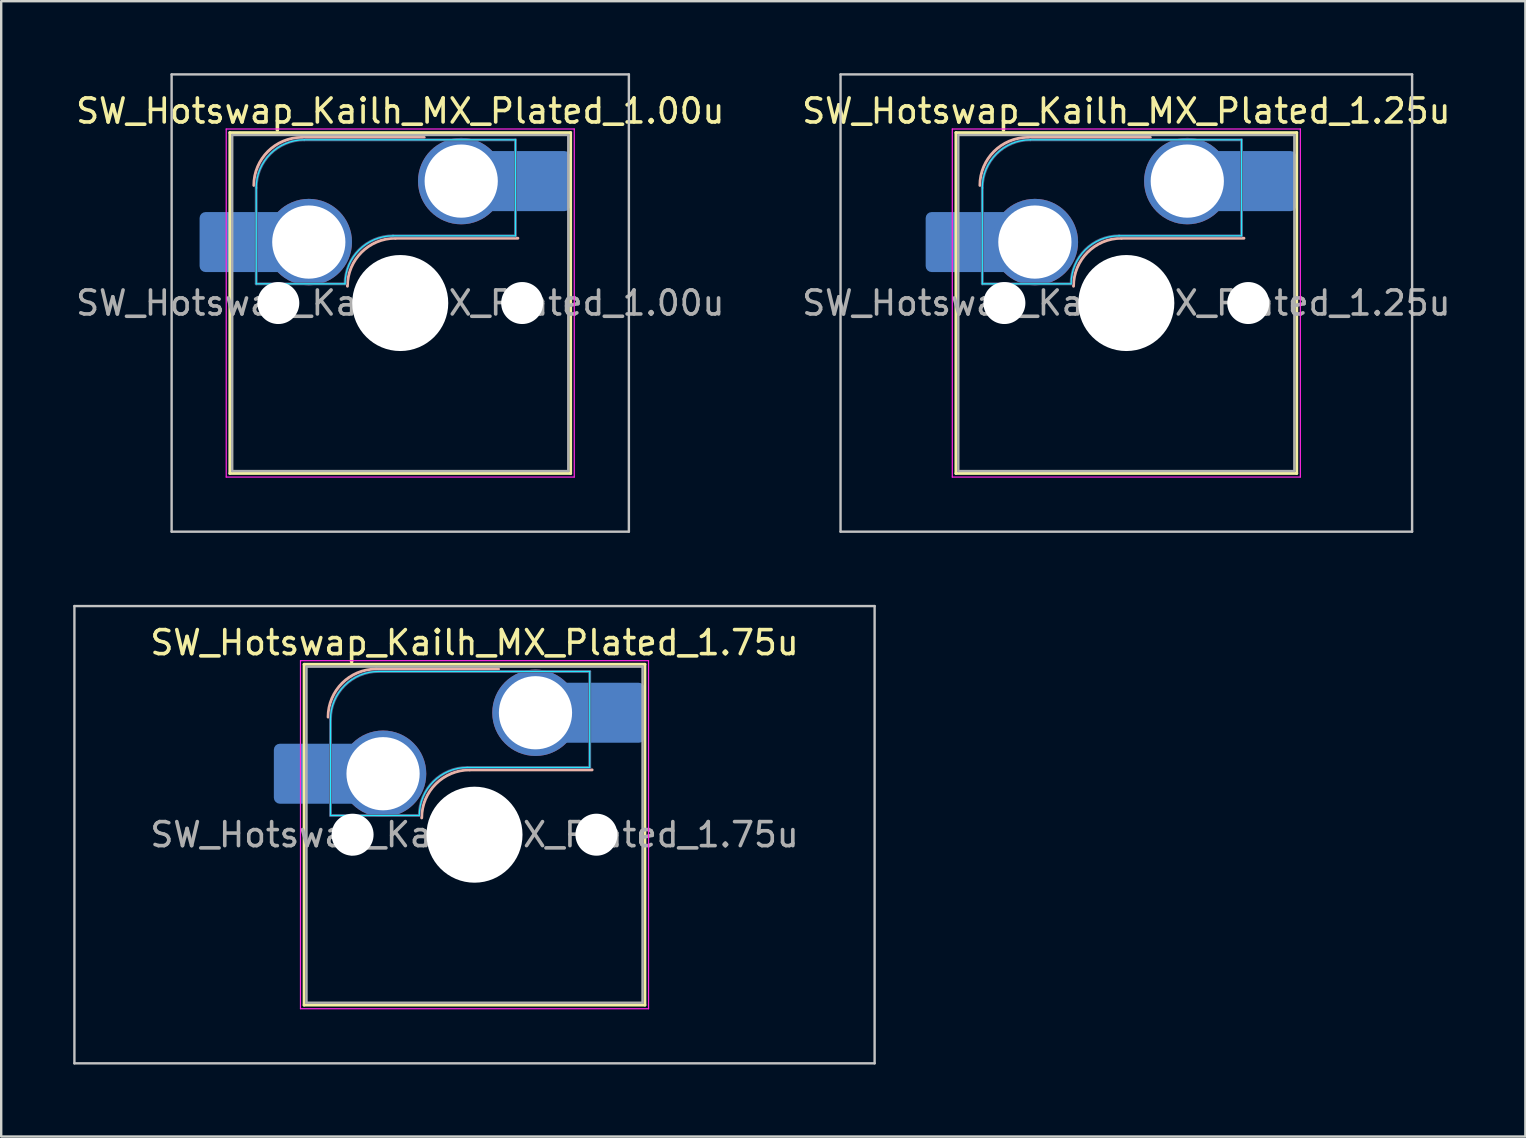
<source format=kicad_pcb>
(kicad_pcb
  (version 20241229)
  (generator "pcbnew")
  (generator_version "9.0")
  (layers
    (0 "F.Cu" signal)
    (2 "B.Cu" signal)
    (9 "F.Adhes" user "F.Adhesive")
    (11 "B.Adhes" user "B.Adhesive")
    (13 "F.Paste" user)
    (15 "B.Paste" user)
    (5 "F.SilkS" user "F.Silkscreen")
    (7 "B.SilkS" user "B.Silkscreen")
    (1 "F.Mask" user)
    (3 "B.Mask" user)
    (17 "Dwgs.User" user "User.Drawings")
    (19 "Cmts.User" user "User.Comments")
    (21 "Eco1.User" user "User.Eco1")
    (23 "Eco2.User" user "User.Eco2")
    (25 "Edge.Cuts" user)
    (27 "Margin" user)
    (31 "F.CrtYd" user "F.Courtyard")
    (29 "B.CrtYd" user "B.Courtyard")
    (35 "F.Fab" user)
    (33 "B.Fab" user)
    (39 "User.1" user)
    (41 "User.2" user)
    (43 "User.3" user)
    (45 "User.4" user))
  (footprint "SW_Hotswap_Kailh_MX_Plated_1.25u"
    (layer "F.Cu")
    (at 46.415 4.495)
    (property "Reference" "SW_Hotswap_Kailh_MX_Plated_1.25u" (at -2.54 -2.92 0) (layer "F.SilkS") (effects (font (size 1 1) (thickness 0.15))))
    (attr smd)
    (fp_line (start -9.64 -2.02) (end -9.64 12.18) (stroke (width 0.12) (type solid)) (layer "F.SilkS"))
    (fp_line (start -9.64 12.18) (end 4.56 12.18) (stroke (width 0.12) (type solid)) (layer "F.SilkS"))
    (fp_line (start 4.56 -2.02) (end -9.64 -2.02) (stroke (width 0.12) (type solid)) (layer "F.SilkS"))
    (fp_line (start 4.56 12.18) (end 4.56 -2.02) (stroke (width 0.12) (type solid)) (layer "F.SilkS"))
    (fp_line (start -6.64 -1.82) (end -1.54 -1.82) (stroke (width 0.12) (type solid)) (layer "B.SilkS"))
    (fp_line (start -2.74 2.38) (end 2.36 2.38) (stroke (width 0.12) (type solid)) (layer "B.SilkS"))
    (fp_arc (start -8.64 0.18) (mid -8.054214 -1.234214) (end -6.64 -1.82) (stroke (width 0.12) (type solid)) (layer "B.SilkS"))
    (fp_arc (start -4.74 4.38) (mid -4.154214 2.965786) (end -2.74 2.38) (stroke (width 0.12) (type solid)) (layer "B.SilkS"))
    (fp_line (start -14.446 -4.445) (end -14.446 14.605) (stroke (width 0.1) (type solid)) (layer "Dwgs.User"))
    (fp_line (start -14.446 14.605) (end 9.366 14.605) (stroke (width 0.1) (type solid)) (layer "Dwgs.User"))
    (fp_line (start 9.366 -4.445) (end -14.446 -4.445) (stroke (width 0.1) (type solid)) (layer "Dwgs.User"))
    (fp_line (start 9.366 14.605) (end 9.366 -4.445) (stroke (width 0.1) (type solid)) (layer "Dwgs.User"))
    (fp_line (start -10.34 -0.92) (end -9.54 -0.92) (stroke (width 0.1) (type solid)) (layer "Eco1.User"))
    (fp_line (start -10.34 2.18) (end -10.34 -0.92) (stroke (width 0.1) (type solid)) (layer "Eco1.User"))
    (fp_line (start -10.34 7.98) (end -9.54 7.98) (stroke (width 0.1) (type solid)) (layer "Eco1.User"))
    (fp_line (start -10.34 11.08) (end -10.34 7.98) (stroke (width 0.1) (type solid)) (layer "Eco1.User"))
    (fp_line (start -9.54 -1.92) (end 4.46 -1.92) (stroke (width 0.1) (type solid)) (layer "Eco1.User"))
    (fp_line (start -9.54 -0.92) (end -9.54 -1.92) (stroke (width 0.1) (type solid)) (layer "Eco1.User"))
    (fp_line (start -9.54 2.18) (end -10.34 2.18) (stroke (width 0.1) (type solid)) (layer "Eco1.User"))
    (fp_line (start -9.54 7.98) (end -9.54 2.18) (stroke (width 0.1) (type solid)) (layer "Eco1.User"))
    (fp_line (start -9.54 11.08) (end -10.34 11.08) (stroke (width 0.1) (type solid)) (layer "Eco1.User"))
    (fp_line (start -9.54 12.08) (end -9.54 11.08) (stroke (width 0.1) (type solid)) (layer "Eco1.User"))
    (fp_line (start 4.46 -1.92) (end 4.46 -0.92) (stroke (width 0.1) (type solid)) (layer "Eco1.User"))
    (fp_line (start 4.46 -0.92) (end 5.26 -0.92) (stroke (width 0.1) (type solid)) (layer "Eco1.User"))
    (fp_line (start 4.46 2.18) (end 4.46 7.98) (stroke (width 0.1) (type solid)) (layer "Eco1.User"))
    (fp_line (start 4.46 7.98) (end 5.26 7.98) (stroke (width 0.1) (type solid)) (layer "Eco1.User"))
    (fp_line (start 4.46 11.08) (end 4.46 12.08) (stroke (width 0.1) (type solid)) (layer "Eco1.User"))
    (fp_line (start 4.46 12.08) (end -9.54 12.08) (stroke (width 0.1) (type solid)) (layer "Eco1.User"))
    (fp_line (start 5.26 -0.92) (end 5.26 2.18) (stroke (width 0.1) (type solid)) (layer "Eco1.User"))
    (fp_line (start 5.26 2.18) (end 4.46 2.18) (stroke (width 0.1) (type solid)) (layer "Eco1.User"))
    (fp_line (start 5.26 7.98) (end 5.26 11.08) (stroke (width 0.1) (type solid)) (layer "Eco1.User"))
    (fp_line (start 5.26 11.08) (end 4.46 11.08) (stroke (width 0.1) (type solid)) (layer "Eco1.User"))
    (fp_line (start -8.54 4.28) (end -8.54 0.28) (stroke (width 0.05) (type solid)) (layer "B.CrtYd"))
    (fp_line (start -8.54 4.28) (end -4.84 4.28) (stroke (width 0.05) (type solid)) (layer "B.CrtYd"))
    (fp_line (start -6.54 -1.72) (end 2.26 -1.72) (stroke (width 0.05) (type solid)) (layer "B.CrtYd"))
    (fp_line (start -2.84 2.28) (end 2.26 2.28) (stroke (width 0.05) (type solid)) (layer "B.CrtYd"))
    (fp_line (start 2.26 -1.72) (end 2.26 2.28) (stroke (width 0.05) (type solid)) (layer "B.CrtYd"))
    (fp_arc (start -8.54 0.28) (mid -7.954214 -1.134214) (end -6.54 -1.72) (stroke (width 0.05) (type solid)) (layer "B.CrtYd"))
    (fp_arc (start -4.84 4.28) (mid -4.254214 2.865786) (end -2.84 2.28) (stroke (width 0.05) (type solid)) (layer "B.CrtYd"))
    (fp_line (start -9.79 -2.17) (end -9.79 12.33) (stroke (width 0.05) (type solid)) (layer "F.CrtYd"))
    (fp_line (start -9.79 12.33) (end 4.71 12.33) (stroke (width 0.05) (type solid)) (layer "F.CrtYd"))
    (fp_line (start 4.71 -2.17) (end -9.79 -2.17) (stroke (width 0.05) (type solid)) (layer "F.CrtYd"))
    (fp_line (start 4.71 12.33) (end 4.71 -2.17) (stroke (width 0.05) (type solid)) (layer "F.CrtYd"))
    (fp_line (start -8.54 4.28) (end -8.54 0.28) (stroke (width 0.12) (type solid)) (layer "B.Fab"))
    (fp_line (start -8.54 4.28) (end -4.84 4.28) (stroke (width 0.12) (type solid)) (layer "B.Fab"))
    (fp_line (start -6.54 -1.72) (end 2.26 -1.72) (stroke (width 0.12) (type solid)) (layer "B.Fab"))
    (fp_line (start -2.84 2.28) (end 2.26 2.28) (stroke (width 0.12) (type solid)) (layer "B.Fab"))
    (fp_line (start 2.26 -1.72) (end 2.26 2.28) (stroke (width 0.12) (type solid)) (layer "B.Fab"))
    (fp_arc (start -8.54 0.28) (mid -7.954214 -1.134214) (end -6.54 -1.72) (stroke (width 0.12) (type solid)) (layer "B.Fab"))
    (fp_arc (start -4.84 4.28) (mid -4.254214 2.865786) (end -2.84 2.28) (stroke (width 0.12) (type solid)) (layer "B.Fab"))
    (fp_line (start -9.54 -1.92) (end -9.54 12.08) (stroke (width 0.1) (type solid)) (layer "F.Fab"))
    (fp_line (start -9.54 12.08) (end 4.46 12.08) (stroke (width 0.1) (type solid)) (layer "F.Fab"))
    (fp_line (start 4.46 -1.92) (end -9.54 -1.92) (stroke (width 0.1) (type solid)) (layer "F.Fab"))
    (fp_line (start 4.46 12.08) (end 4.46 -1.92) (stroke (width 0.1) (type solid)) (layer "F.Fab"))
    (fp_text user "${REFERENCE}" (at -2.54 5.08 0) (layer "F.Fab") (effects (font (size 1 1) (thickness 0.15))))
    (pad "" smd roundrect (at -9.625 2.54) (size 2.55 2.5) (layers "B.Mask" "B.Paste") (roundrect_rratio 0.1))
    (pad "" np_thru_hole circle (at -7.62 5.08) (size 1.75 1.75) (drill 1.75) (layers "*.Cu" "*.Mask"))
    (pad "" np_thru_hole circle (at -2.54 5.08) (size 4 4) (drill 4) (layers "*.Cu" "*.Mask"))
    (pad "" np_thru_hole circle (at 2.54 5.08) (size 1.75 1.75) (drill 1.75) (layers "*.Cu" "*.Mask"))
    (pad "" smd roundrect (at 3.302 0) (size 2.55 2.5) (layers "B.Mask" "B.Paste") (roundrect_rratio 0.1))
    (pad "1" thru_hole circle (at 0 0) (size 3.6 3.6) (drill 3.05) (layers "*.Cu" "*.Mask"))
    (pad "1" smd roundrect (at 2.78 0) (size 3.55 2.5) (layers "B.Cu") (roundrect_rratio 0.1))
    (pad "2" smd roundrect (at -9.125 2.54) (size 3.55 2.5) (layers "B.Cu") (roundrect_rratio 0.1))
    (pad "2" thru_hole circle (at -6.35 2.54) (size 3.6 3.6) (drill 3.05) (layers "*.Cu" "*.Mask")))
  (footprint "SW_Hotswap_Kailh_MX_Plated_1.75u"
    (layer "F.Cu")
    (at 19.259 26.645)
    (property "Reference" "SW_Hotswap_Kailh_MX_Plated_1.75u" (at -2.54 -2.92 0) (layer "F.SilkS") (effects (font (size 1 1) (thickness 0.15))))
    (attr smd)
    (fp_line (start -9.64 -2.02) (end -9.64 12.18) (stroke (width 0.12) (type solid)) (layer "F.SilkS"))
    (fp_line (start -9.64 12.18) (end 4.56 12.18) (stroke (width 0.12) (type solid)) (layer "F.SilkS"))
    (fp_line (start 4.56 -2.02) (end -9.64 -2.02) (stroke (width 0.12) (type solid)) (layer "F.SilkS"))
    (fp_line (start 4.56 12.18) (end 4.56 -2.02) (stroke (width 0.12) (type solid)) (layer "F.SilkS"))
    (fp_line (start -6.64 -1.82) (end -1.54 -1.82) (stroke (width 0.12) (type solid)) (layer "B.SilkS"))
    (fp_line (start -2.74 2.38) (end 2.36 2.38) (stroke (width 0.12) (type solid)) (layer "B.SilkS"))
    (fp_arc (start -8.64 0.18) (mid -8.054214 -1.234214) (end -6.64 -1.82) (stroke (width 0.12) (type solid)) (layer "B.SilkS"))
    (fp_arc (start -4.74 4.38) (mid -4.154214 2.965786) (end -2.74 2.38) (stroke (width 0.12) (type solid)) (layer "B.SilkS"))
    (fp_line (start -19.209 -4.445) (end -19.209 14.605) (stroke (width 0.1) (type solid)) (layer "Dwgs.User"))
    (fp_line (start -19.209 14.605) (end 14.129 14.605) (stroke (width 0.1) (type solid)) (layer "Dwgs.User"))
    (fp_line (start 14.129 -4.445) (end -19.209 -4.445) (stroke (width 0.1) (type solid)) (layer "Dwgs.User"))
    (fp_line (start 14.129 14.605) (end 14.129 -4.445) (stroke (width 0.1) (type solid)) (layer "Dwgs.User"))
    (fp_line (start -10.34 -0.92) (end -9.54 -0.92) (stroke (width 0.1) (type solid)) (layer "Eco1.User"))
    (fp_line (start -10.34 2.18) (end -10.34 -0.92) (stroke (width 0.1) (type solid)) (layer "Eco1.User"))
    (fp_line (start -10.34 7.98) (end -9.54 7.98) (stroke (width 0.1) (type solid)) (layer "Eco1.User"))
    (fp_line (start -10.34 11.08) (end -10.34 7.98) (stroke (width 0.1) (type solid)) (layer "Eco1.User"))
    (fp_line (start -9.54 -1.92) (end 4.46 -1.92) (stroke (width 0.1) (type solid)) (layer "Eco1.User"))
    (fp_line (start -9.54 -0.92) (end -9.54 -1.92) (stroke (width 0.1) (type solid)) (layer "Eco1.User"))
    (fp_line (start -9.54 2.18) (end -10.34 2.18) (stroke (width 0.1) (type solid)) (layer "Eco1.User"))
    (fp_line (start -9.54 7.98) (end -9.54 2.18) (stroke (width 0.1) (type solid)) (layer "Eco1.User"))
    (fp_line (start -9.54 11.08) (end -10.34 11.08) (stroke (width 0.1) (type solid)) (layer "Eco1.User"))
    (fp_line (start -9.54 12.08) (end -9.54 11.08) (stroke (width 0.1) (type solid)) (layer "Eco1.User"))
    (fp_line (start 4.46 -1.92) (end 4.46 -0.92) (stroke (width 0.1) (type solid)) (layer "Eco1.User"))
    (fp_line (start 4.46 -0.92) (end 5.26 -0.92) (stroke (width 0.1) (type solid)) (layer "Eco1.User"))
    (fp_line (start 4.46 2.18) (end 4.46 7.98) (stroke (width 0.1) (type solid)) (layer "Eco1.User"))
    (fp_line (start 4.46 7.98) (end 5.26 7.98) (stroke (width 0.1) (type solid)) (layer "Eco1.User"))
    (fp_line (start 4.46 11.08) (end 4.46 12.08) (stroke (width 0.1) (type solid)) (layer "Eco1.User"))
    (fp_line (start 4.46 12.08) (end -9.54 12.08) (stroke (width 0.1) (type solid)) (layer "Eco1.User"))
    (fp_line (start 5.26 -0.92) (end 5.26 2.18) (stroke (width 0.1) (type solid)) (layer "Eco1.User"))
    (fp_line (start 5.26 2.18) (end 4.46 2.18) (stroke (width 0.1) (type solid)) (layer "Eco1.User"))
    (fp_line (start 5.26 7.98) (end 5.26 11.08) (stroke (width 0.1) (type solid)) (layer "Eco1.User"))
    (fp_line (start 5.26 11.08) (end 4.46 11.08) (stroke (width 0.1) (type solid)) (layer "Eco1.User"))
    (fp_line (start -8.54 4.28) (end -8.54 0.28) (stroke (width 0.05) (type solid)) (layer "B.CrtYd"))
    (fp_line (start -8.54 4.28) (end -4.84 4.28) (stroke (width 0.05) (type solid)) (layer "B.CrtYd"))
    (fp_line (start -6.54 -1.72) (end 2.26 -1.72) (stroke (width 0.05) (type solid)) (layer "B.CrtYd"))
    (fp_line (start -2.84 2.28) (end 2.26 2.28) (stroke (width 0.05) (type solid)) (layer "B.CrtYd"))
    (fp_line (start 2.26 -1.72) (end 2.26 2.28) (stroke (width 0.05) (type solid)) (layer "B.CrtYd"))
    (fp_arc (start -8.54 0.28) (mid -7.954214 -1.134214) (end -6.54 -1.72) (stroke (width 0.05) (type solid)) (layer "B.CrtYd"))
    (fp_arc (start -4.84 4.28) (mid -4.254214 2.865786) (end -2.84 2.28) (stroke (width 0.05) (type solid)) (layer "B.CrtYd"))
    (fp_line (start -9.79 -2.17) (end -9.79 12.33) (stroke (width 0.05) (type solid)) (layer "F.CrtYd"))
    (fp_line (start -9.79 12.33) (end 4.71 12.33) (stroke (width 0.05) (type solid)) (layer "F.CrtYd"))
    (fp_line (start 4.71 -2.17) (end -9.79 -2.17) (stroke (width 0.05) (type solid)) (layer "F.CrtYd"))
    (fp_line (start 4.71 12.33) (end 4.71 -2.17) (stroke (width 0.05) (type solid)) (layer "F.CrtYd"))
    (fp_line (start -8.54 4.28) (end -8.54 0.28) (stroke (width 0.12) (type solid)) (layer "B.Fab"))
    (fp_line (start -8.54 4.28) (end -4.84 4.28) (stroke (width 0.12) (type solid)) (layer "B.Fab"))
    (fp_line (start -6.54 -1.72) (end 2.26 -1.72) (stroke (width 0.12) (type solid)) (layer "B.Fab"))
    (fp_line (start -2.84 2.28) (end 2.26 2.28) (stroke (width 0.12) (type solid)) (layer "B.Fab"))
    (fp_line (start 2.26 -1.72) (end 2.26 2.28) (stroke (width 0.12) (type solid)) (layer "B.Fab"))
    (fp_arc (start -8.54 0.28) (mid -7.954214 -1.134214) (end -6.54 -1.72) (stroke (width 0.12) (type solid)) (layer "B.Fab"))
    (fp_arc (start -4.84 4.28) (mid -4.254214 2.865786) (end -2.84 2.28) (stroke (width 0.12) (type solid)) (layer "B.Fab"))
    (fp_line (start -9.54 -1.92) (end -9.54 12.08) (stroke (width 0.1) (type solid)) (layer "F.Fab"))
    (fp_line (start -9.54 12.08) (end 4.46 12.08) (stroke (width 0.1) (type solid)) (layer "F.Fab"))
    (fp_line (start 4.46 -1.92) (end -9.54 -1.92) (stroke (width 0.1) (type solid)) (layer "F.Fab"))
    (fp_line (start 4.46 12.08) (end 4.46 -1.92) (stroke (width 0.1) (type solid)) (layer "F.Fab"))
    (fp_text user "${REFERENCE}" (at -2.54 5.08 0) (layer "F.Fab") (effects (font (size 1 1) (thickness 0.15))))
    (pad "" smd roundrect (at -9.625 2.54) (size 2.55 2.5) (layers "B.Mask" "B.Paste") (roundrect_rratio 0.1))
    (pad "" np_thru_hole circle (at -7.62 5.08) (size 1.75 1.75) (drill 1.75) (layers "*.Cu" "*.Mask"))
    (pad "" np_thru_hole circle (at -2.54 5.08) (size 4 4) (drill 4) (layers "*.Cu" "*.Mask"))
    (pad "" np_thru_hole circle (at 2.54 5.08) (size 1.75 1.75) (drill 1.75) (layers "*.Cu" "*.Mask"))
    (pad "" smd roundrect (at 3.302 0) (size 2.55 2.5) (layers "B.Mask" "B.Paste") (roundrect_rratio 0.1))
    (pad "1" thru_hole circle (at 0 0) (size 3.6 3.6) (drill 3.05) (layers "*.Cu" "*.Mask"))
    (pad "1" smd roundrect (at 2.78 0) (size 3.55 2.5) (layers "B.Cu") (roundrect_rratio 0.1))
    (pad "2" smd roundrect (at -9.125 2.54) (size 3.55 2.5) (layers "B.Cu") (roundrect_rratio 0.1))
    (pad "2" thru_hole circle (at -6.35 2.54) (size 3.6 3.6) (drill 3.05) (layers "*.Cu" "*.Mask")))
  (footprint "SW_Hotswap_Kailh_MX_Plated_1.00u"
    (layer "F.Cu")
    (at 16.165 4.495)
    (property "Reference" "SW_Hotswap_Kailh_MX_Plated_1.00u" (at -2.54 -2.92 0) (layer "F.SilkS") (effects (font (size 1 1) (thickness 0.15))))
    (attr smd)
    (fp_line (start -9.64 -2.02) (end -9.64 12.18) (stroke (width 0.12) (type solid)) (layer "F.SilkS"))
    (fp_line (start -9.64 12.18) (end 4.56 12.18) (stroke (width 0.12) (type solid)) (layer "F.SilkS"))
    (fp_line (start 4.56 -2.02) (end -9.64 -2.02) (stroke (width 0.12) (type solid)) (layer "F.SilkS"))
    (fp_line (start 4.56 12.18) (end 4.56 -2.02) (stroke (width 0.12) (type solid)) (layer "F.SilkS"))
    (fp_line (start -6.64 -1.82) (end -1.54 -1.82) (stroke (width 0.12) (type solid)) (layer "B.SilkS"))
    (fp_line (start -2.74 2.38) (end 2.36 2.38) (stroke (width 0.12) (type solid)) (layer "B.SilkS"))
    (fp_arc (start -8.64 0.18) (mid -8.054214 -1.234214) (end -6.64 -1.82) (stroke (width 0.12) (type solid)) (layer "B.SilkS"))
    (fp_arc (start -4.74 4.38) (mid -4.154214 2.965786) (end -2.74 2.38) (stroke (width 0.12) (type solid)) (layer "B.SilkS"))
    (fp_line (start -12.065 -4.445) (end -12.065 14.605) (stroke (width 0.1) (type solid)) (layer "Dwgs.User"))
    (fp_line (start -12.065 14.605) (end 6.985 14.605) (stroke (width 0.1) (type solid)) (layer "Dwgs.User"))
    (fp_line (start 6.985 -4.445) (end -12.065 -4.445) (stroke (width 0.1) (type solid)) (layer "Dwgs.User"))
    (fp_line (start 6.985 14.605) (end 6.985 -4.445) (stroke (width 0.1) (type solid)) (layer "Dwgs.User"))
    (fp_line (start -10.34 -0.92) (end -9.54 -0.92) (stroke (width 0.1) (type solid)) (layer "Eco1.User"))
    (fp_line (start -10.34 2.18) (end -10.34 -0.92) (stroke (width 0.1) (type solid)) (layer "Eco1.User"))
    (fp_line (start -10.34 7.98) (end -9.54 7.98) (stroke (width 0.1) (type solid)) (layer "Eco1.User"))
    (fp_line (start -10.34 11.08) (end -10.34 7.98) (stroke (width 0.1) (type solid)) (layer "Eco1.User"))
    (fp_line (start -9.54 -1.92) (end 4.46 -1.92) (stroke (width 0.1) (type solid)) (layer "Eco1.User"))
    (fp_line (start -9.54 -0.92) (end -9.54 -1.92) (stroke (width 0.1) (type solid)) (layer "Eco1.User"))
    (fp_line (start -9.54 2.18) (end -10.34 2.18) (stroke (width 0.1) (type solid)) (layer "Eco1.User"))
    (fp_line (start -9.54 7.98) (end -9.54 2.18) (stroke (width 0.1) (type solid)) (layer "Eco1.User"))
    (fp_line (start -9.54 11.08) (end -10.34 11.08) (stroke (width 0.1) (type solid)) (layer "Eco1.User"))
    (fp_line (start -9.54 12.08) (end -9.54 11.08) (stroke (width 0.1) (type solid)) (layer "Eco1.User"))
    (fp_line (start 4.46 -1.92) (end 4.46 -0.92) (stroke (width 0.1) (type solid)) (layer "Eco1.User"))
    (fp_line (start 4.46 -0.92) (end 5.26 -0.92) (stroke (width 0.1) (type solid)) (layer "Eco1.User"))
    (fp_line (start 4.46 2.18) (end 4.46 7.98) (stroke (width 0.1) (type solid)) (layer "Eco1.User"))
    (fp_line (start 4.46 7.98) (end 5.26 7.98) (stroke (width 0.1) (type solid)) (layer "Eco1.User"))
    (fp_line (start 4.46 11.08) (end 4.46 12.08) (stroke (width 0.1) (type solid)) (layer "Eco1.User"))
    (fp_line (start 4.46 12.08) (end -9.54 12.08) (stroke (width 0.1) (type solid)) (layer "Eco1.User"))
    (fp_line (start 5.26 -0.92) (end 5.26 2.18) (stroke (width 0.1) (type solid)) (layer "Eco1.User"))
    (fp_line (start 5.26 2.18) (end 4.46 2.18) (stroke (width 0.1) (type solid)) (layer "Eco1.User"))
    (fp_line (start 5.26 7.98) (end 5.26 11.08) (stroke (width 0.1) (type solid)) (layer "Eco1.User"))
    (fp_line (start 5.26 11.08) (end 4.46 11.08) (stroke (width 0.1) (type solid)) (layer "Eco1.User"))
    (fp_line (start -8.54 4.28) (end -8.54 0.28) (stroke (width 0.05) (type solid)) (layer "B.CrtYd"))
    (fp_line (start -8.54 4.28) (end -4.84 4.28) (stroke (width 0.05) (type solid)) (layer "B.CrtYd"))
    (fp_line (start -6.54 -1.72) (end 2.26 -1.72) (stroke (width 0.05) (type solid)) (layer "B.CrtYd"))
    (fp_line (start -2.84 2.28) (end 2.26 2.28) (stroke (width 0.05) (type solid)) (layer "B.CrtYd"))
    (fp_line (start 2.26 -1.72) (end 2.26 2.28) (stroke (width 0.05) (type solid)) (layer "B.CrtYd"))
    (fp_arc (start -8.54 0.28) (mid -7.954214 -1.134214) (end -6.54 -1.72) (stroke (width 0.05) (type solid)) (layer "B.CrtYd"))
    (fp_arc (start -4.84 4.28) (mid -4.254214 2.865786) (end -2.84 2.28) (stroke (width 0.05) (type solid)) (layer "B.CrtYd"))
    (fp_line (start -9.79 -2.17) (end -9.79 12.33) (stroke (width 0.05) (type solid)) (layer "F.CrtYd"))
    (fp_line (start -9.79 12.33) (end 4.71 12.33) (stroke (width 0.05) (type solid)) (layer "F.CrtYd"))
    (fp_line (start 4.71 -2.17) (end -9.79 -2.17) (stroke (width 0.05) (type solid)) (layer "F.CrtYd"))
    (fp_line (start 4.71 12.33) (end 4.71 -2.17) (stroke (width 0.05) (type solid)) (layer "F.CrtYd"))
    (fp_line (start -8.54 4.28) (end -8.54 0.28) (stroke (width 0.12) (type solid)) (layer "B.Fab"))
    (fp_line (start -8.54 4.28) (end -4.84 4.28) (stroke (width 0.12) (type solid)) (layer "B.Fab"))
    (fp_line (start -6.54 -1.72) (end 2.26 -1.72) (stroke (width 0.12) (type solid)) (layer "B.Fab"))
    (fp_line (start -2.84 2.28) (end 2.26 2.28) (stroke (width 0.12) (type solid)) (layer "B.Fab"))
    (fp_line (start 2.26 -1.72) (end 2.26 2.28) (stroke (width 0.12) (type solid)) (layer "B.Fab"))
    (fp_arc (start -8.54 0.28) (mid -7.954214 -1.134214) (end -6.54 -1.72) (stroke (width 0.12) (type solid)) (layer "B.Fab"))
    (fp_arc (start -4.84 4.28) (mid -4.254214 2.865786) (end -2.84 2.28) (stroke (width 0.12) (type solid)) (layer "B.Fab"))
    (fp_line (start -9.54 -1.92) (end -9.54 12.08) (stroke (width 0.1) (type solid)) (layer "F.Fab"))
    (fp_line (start -9.54 12.08) (end 4.46 12.08) (stroke (width 0.1) (type solid)) (layer "F.Fab"))
    (fp_line (start 4.46 -1.92) (end -9.54 -1.92) (stroke (width 0.1) (type solid)) (layer "F.Fab"))
    (fp_line (start 4.46 12.08) (end 4.46 -1.92) (stroke (width 0.1) (type solid)) (layer "F.Fab"))
    (fp_text user "${REFERENCE}" (at -2.54 5.08 0) (layer "F.Fab") (effects (font (size 1 1) (thickness 0.15))))
    (pad "" smd roundrect (at -9.625 2.54) (size 2.55 2.5) (layers "B.Mask" "B.Paste") (roundrect_rratio 0.1))
    (pad "" np_thru_hole circle (at -7.62 5.08) (size 1.75 1.75) (drill 1.75) (layers "*.Cu" "*.Mask"))
    (pad "" np_thru_hole circle (at -2.54 5.08) (size 4 4) (drill 4) (layers "*.Cu" "*.Mask"))
    (pad "" np_thru_hole circle (at 2.54 5.08) (size 1.75 1.75) (drill 1.75) (layers "*.Cu" "*.Mask"))
    (pad "" smd roundrect (at 3.302 0) (size 2.55 2.5) (layers "B.Mask" "B.Paste") (roundrect_rratio 0.1))
    (pad "1" thru_hole circle (at 0 0) (size 3.6 3.6) (drill 3.05) (layers "*.Cu" "*.Mask"))
    (pad "1" smd roundrect (at 2.78 0) (size 3.55 2.5) (layers "B.Cu") (roundrect_rratio 0.1))
    (pad "2" smd roundrect (at -9.125 2.54) (size 3.55 2.5) (layers "B.Cu") (roundrect_rratio 0.1))
    (pad "2" thru_hole circle (at -6.35 2.54) (size 3.6 3.6) (drill 3.05) (layers "*.Cu" "*.Mask")))
  (gr_rect
    (start -3 -3)
    (end 60.5 44.3)
    (stroke (width 0.1) (type default))
    (fill no)
    (layer "Edge.Cuts")))
</source>
